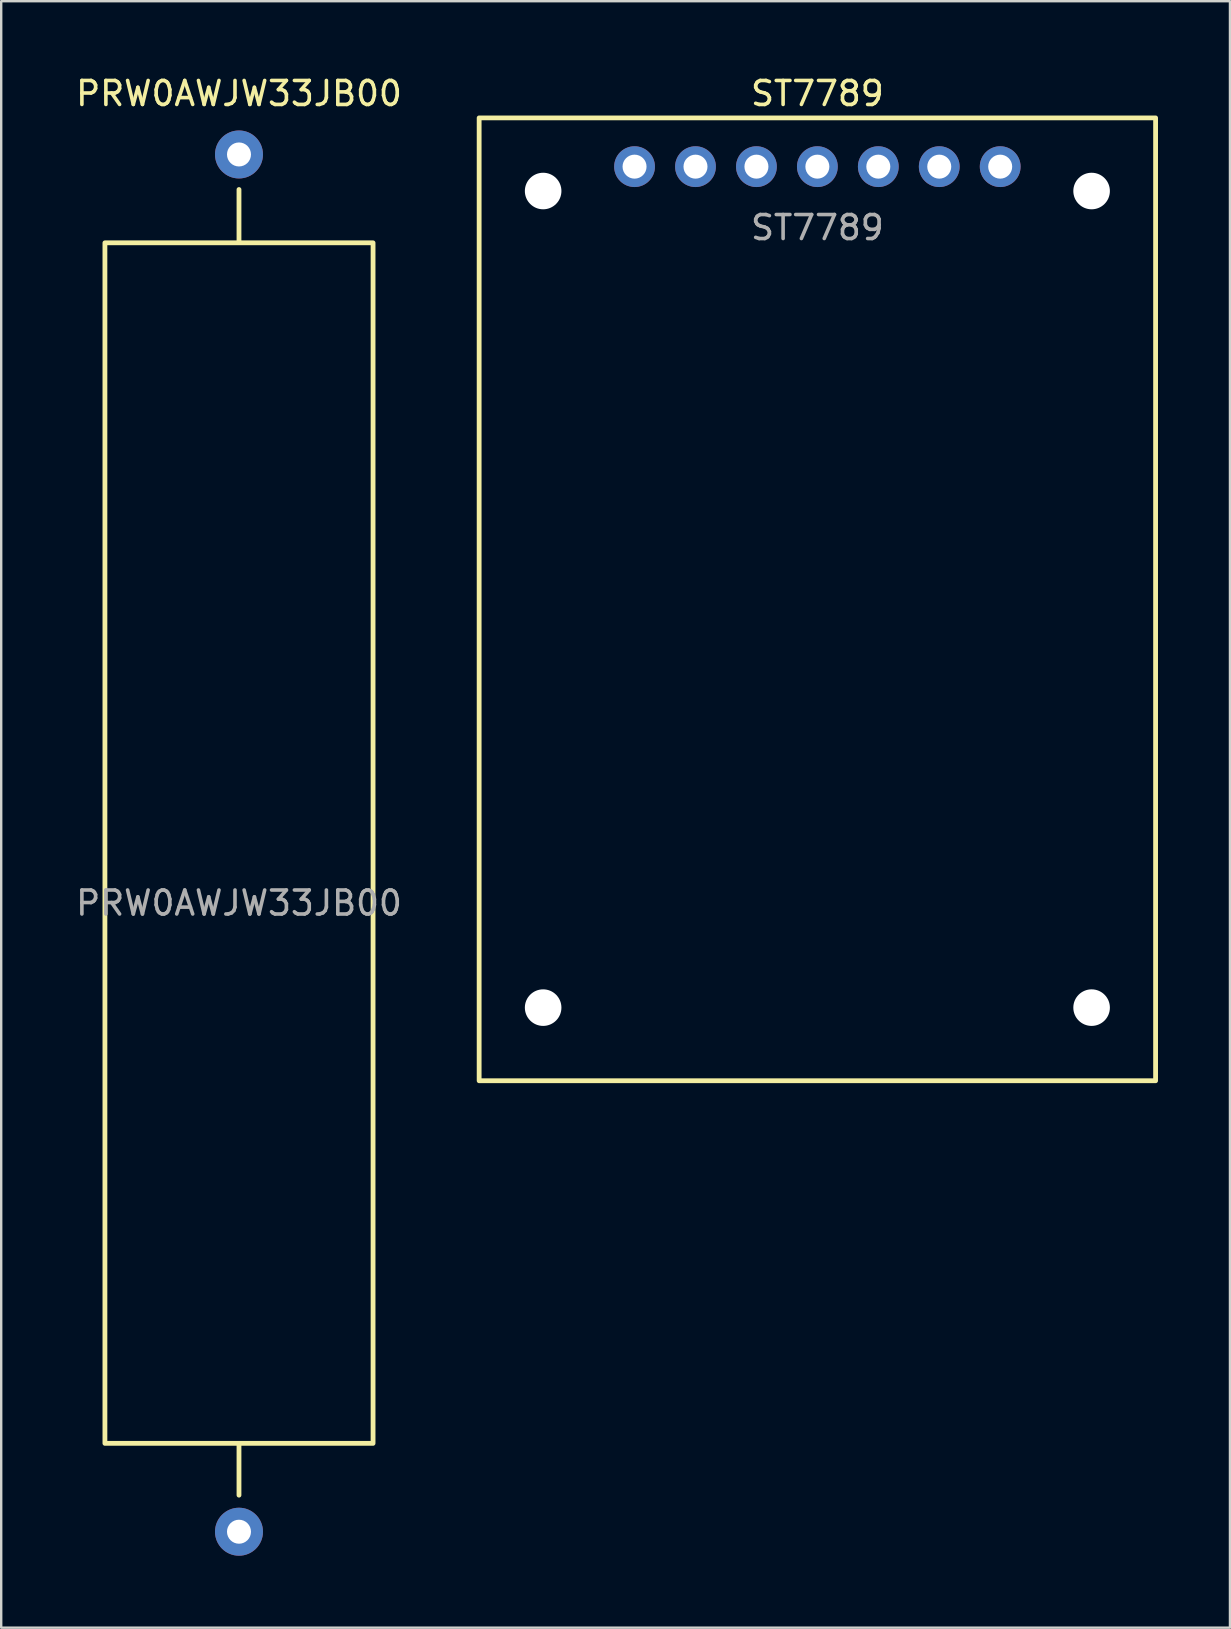
<source format=kicad_pcb>
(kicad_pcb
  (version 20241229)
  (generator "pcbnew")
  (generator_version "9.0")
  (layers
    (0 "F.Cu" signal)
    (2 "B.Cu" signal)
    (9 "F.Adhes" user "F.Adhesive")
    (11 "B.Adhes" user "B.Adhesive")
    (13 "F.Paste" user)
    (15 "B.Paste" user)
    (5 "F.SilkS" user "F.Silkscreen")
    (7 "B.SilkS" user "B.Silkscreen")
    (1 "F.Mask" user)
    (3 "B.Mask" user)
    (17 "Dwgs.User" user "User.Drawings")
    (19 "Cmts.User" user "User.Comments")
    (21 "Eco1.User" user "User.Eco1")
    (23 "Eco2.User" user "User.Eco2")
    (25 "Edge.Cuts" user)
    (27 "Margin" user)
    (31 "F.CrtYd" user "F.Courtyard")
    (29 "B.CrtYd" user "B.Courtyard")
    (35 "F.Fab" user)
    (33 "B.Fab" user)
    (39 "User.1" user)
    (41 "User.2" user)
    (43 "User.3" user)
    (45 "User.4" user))
  (footprint "PRW0AWJW33JB00"
    (layer "F.Cu")
    (at 6.911 32.09)
    (property "Reference" "PRW0AWJW33JB00" (at 0 -31.242 0) (unlocked yes) (layer "F.SilkS") (effects (font (size 1 1) (thickness 0.15))))
    (attr through_hole)
    (fp_line (start 0 -25.082) (end 0 -27.241) (stroke (width 0.2) (type solid)) (layer "F.SilkS"))
    (fp_line (start 0 27.178) (end 0 25.019) (stroke (width 0.2) (type solid)) (layer "F.SilkS"))
    (fp_rect (start -5.588 -25.019) (end 5.588 25.019) (stroke (width 0.2) (type solid)) (fill no) (layer "F.SilkS"))
    (fp_text user "${REFERENCE}" (at 0 2.5 0) (unlocked yes) (layer "F.Fab") (effects (font (size 1 1) (thickness 0.15))))
    (pad "1" thru_hole circle (at 0 -28.702) (size 2 2) (drill 1) (layers "*.Cu" "*.Mask"))
    (pad "2" thru_hole circle (at 0 28.702) (size 2 2) (drill 1) (layers "*.Cu" "*.Mask")))
  (footprint "ST7789"
    (layer "F.Cu")
    (at 31.018 3.896)
    (property "Reference" "ST7789" (at 0 -3.048 0) (layer "F.SilkS") (effects (font (size 1 1) (thickness 0.15))))
    (attr through_hole)
    (fp_rect (start -14.097 -2.032) (end 14.097 38.1) (stroke (width 0.2) (type solid)) (fill no) (layer "F.SilkS"))
    (fp_text user "${REFERENCE}" (at 0 2.54 180) (layer "F.Fab") (effects (font (size 1 1) (thickness 0.15))))
    (pad "" np_thru_hole circle (at -11.43 1.016) (size 1.524 1.524) (drill 3) (layers "*.Cu" "*.Mask"))
    (pad "" np_thru_hole circle (at -11.43 35.052) (size 1.524 1.524) (drill 3) (layers "*.Cu" "*.Mask"))
    (pad "" np_thru_hole circle (at 11.43 1.016) (size 1.524 1.524) (drill 3) (layers "*.Cu" "*.Mask"))
    (pad "" np_thru_hole circle (at 11.43 35.052) (size 1.524 1.524) (drill 3) (layers "*.Cu" "*.Mask"))
    (pad "1" thru_hole circle (at -7.62 0 90) (size 1.7 1.7) (drill 1) (layers "*.Cu" "*.Mask"))
    (pad "2" thru_hole oval (at -5.08 0 90) (size 1.7 1.7) (drill 1) (layers "*.Cu" "*.Mask"))
    (pad "3" thru_hole oval (at -2.54 0 90) (size 1.7 1.7) (drill 1) (layers "*.Cu" "*.Mask"))
    (pad "4" thru_hole oval (at 0 0 90) (size 1.7 1.7) (drill 1) (layers "*.Cu" "*.Mask"))
    (pad "5" thru_hole oval (at 2.54 0 90) (size 1.7 1.7) (drill 1) (layers "*.Cu" "*.Mask"))
    (pad "6" thru_hole oval (at 5.08 0 90) (size 1.7 1.7) (drill 1) (layers "*.Cu" "*.Mask"))
    (pad "7" thru_hole oval (at 7.62 0 90) (size 1.7 1.7) (drill 1) (layers "*.Cu" "*.Mask")))
  (gr_rect
    (start -3 -3)
    (end 48.215 64.792)
    (stroke (width 0.1) (type default))
    (fill no)
    (layer "Edge.Cuts")))
</source>
